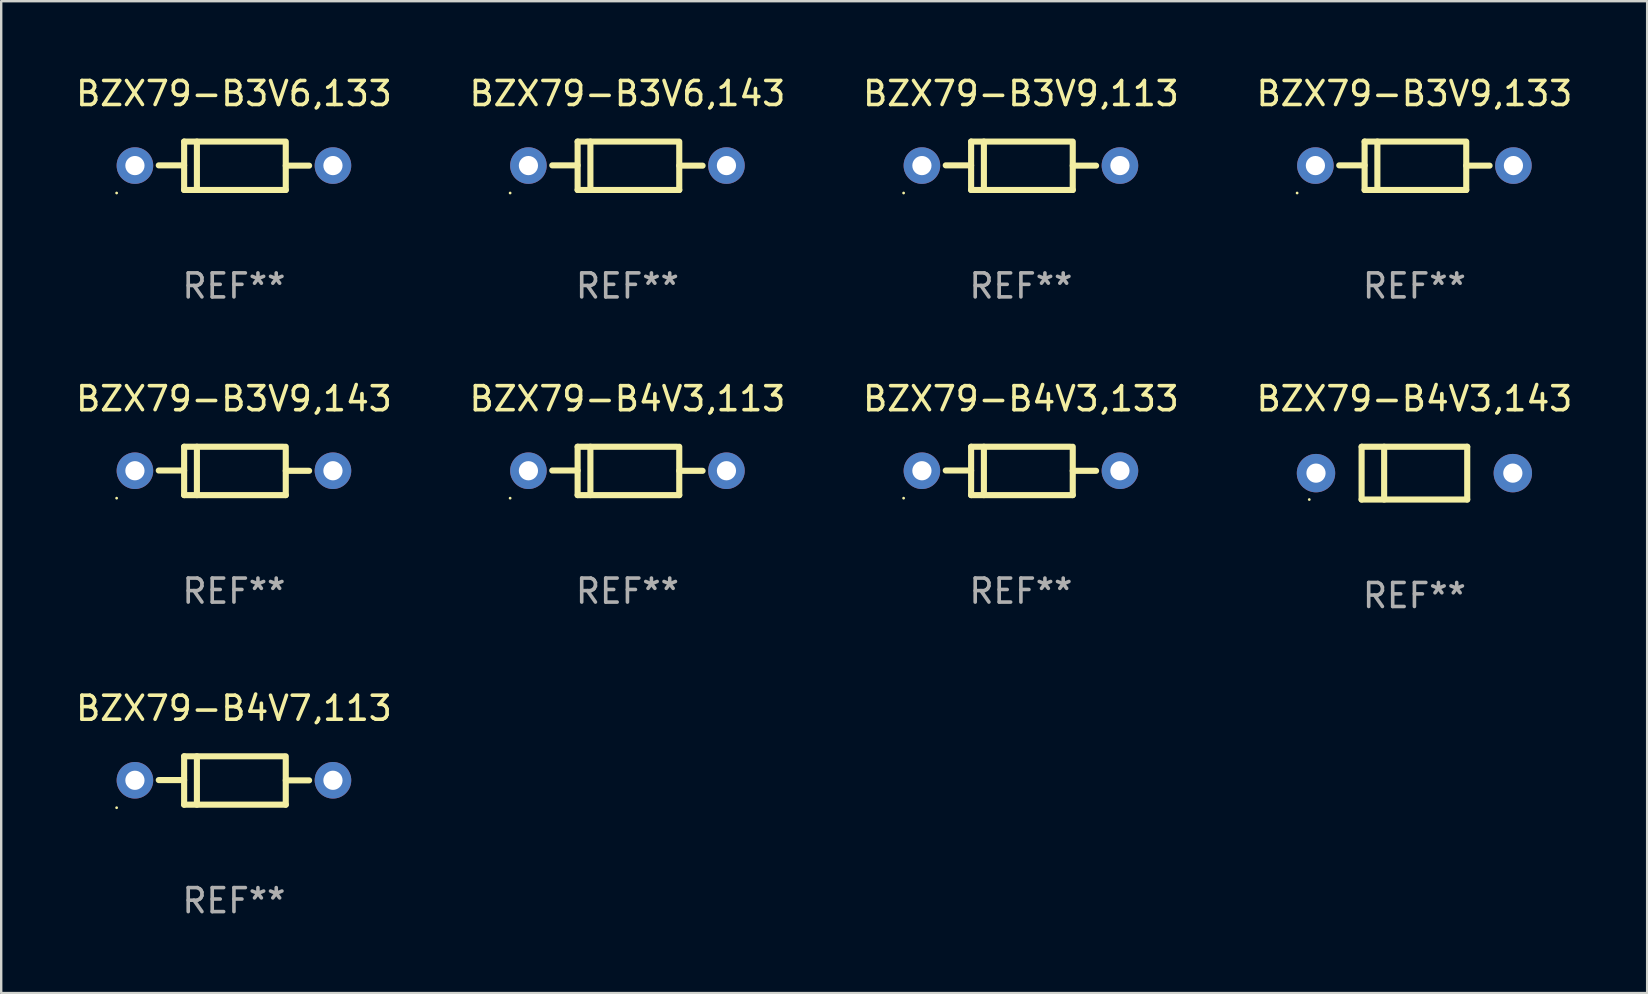
<source format=kicad_pcb>
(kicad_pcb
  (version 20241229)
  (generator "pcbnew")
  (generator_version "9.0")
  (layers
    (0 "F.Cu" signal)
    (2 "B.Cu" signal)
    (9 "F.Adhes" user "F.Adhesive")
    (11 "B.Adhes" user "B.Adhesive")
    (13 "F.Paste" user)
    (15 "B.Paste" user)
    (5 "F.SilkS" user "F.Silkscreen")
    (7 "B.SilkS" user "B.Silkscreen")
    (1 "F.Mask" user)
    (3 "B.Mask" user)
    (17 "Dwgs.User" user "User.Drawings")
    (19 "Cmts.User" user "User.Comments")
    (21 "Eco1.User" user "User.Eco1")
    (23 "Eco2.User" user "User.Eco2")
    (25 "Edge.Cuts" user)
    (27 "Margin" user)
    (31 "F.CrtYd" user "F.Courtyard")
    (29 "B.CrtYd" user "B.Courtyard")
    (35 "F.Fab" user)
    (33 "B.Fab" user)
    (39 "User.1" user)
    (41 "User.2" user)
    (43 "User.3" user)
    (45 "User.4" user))
  (footprint "BZX79-B4V3,143"
    (layer "F.Cu")
    (at 55.875 16.661)
    (property "Reference" "BZX79-B4V3,143" (at 0 -3.1 0) (layer "F.SilkS") (effects (font (size 1 1) (thickness 0.15))))
    (attr through_hole)
    (fp_line (start -2.2 -1.1) (end -2.2 1.1) (stroke (width 0.254) (type solid)) (layer "F.SilkS"))
    (fp_line (start -2.2 -1.1) (end 2.2 -1.1) (stroke (width 0.254) (type solid)) (layer "F.SilkS"))
    (fp_line (start -2.2 1.1) (end 2.2 1.1) (stroke (width 0.254) (type solid)) (layer "F.SilkS"))
    (fp_line (start -1.261 -1.1) (end -1.261 1.1) (stroke (width 0.254) (type solid)) (layer "F.SilkS"))
    (fp_line (start 2.2 -1.1) (end 2.2 1.1) (stroke (width 0.254) (type solid)) (layer "F.SilkS"))
    (fp_circle (center -4.38 1.1) (end -4.35 1.1) (stroke (width 0.06) (type solid)) (fill no) (layer "F.SilkS"))
    (fp_text user "REF**" (at 0 5.1 0) (layer "F.Fab") (effects (font (size 1 1) (thickness 0.15))))
    (pad "1" thru_hole circle (at -4.1 0) (size 1.6 1.6) (drill 0.8) (layers "*.Cu" "*.Mask"))
    (pad "2" thru_hole circle (at 4.1 0) (size 1.6 1.6) (drill 0.8) (layers "*.Cu" "*.Mask")))
  (footprint "BZX79-B3V6,143"
    (layer "F.Cu")
    (at 23.089 3.856)
    (property "Reference" "BZX79-B3V6,143" (at 0 -3.008 0) (layer "F.SilkS") (effects (font (size 1 1) (thickness 0.15))))
    (attr through_hole)
    (fp_line (start -2.075 -1.008) (end -2.075 1.008) (stroke (width 0.254) (type solid)) (layer "F.SilkS"))
    (fp_line (start -2.075 -0.017) (end -3.132 -0.017) (stroke (width 0.254) (type solid)) (layer "F.SilkS"))
    (fp_line (start -2.075 1.008) (end 2.159 1.008) (stroke (width 0.254) (type solid)) (layer "F.SilkS"))
    (fp_line (start -1.543 -1.008) (end -1.543 1.008) (stroke (width 0.254) (type solid)) (layer "F.SilkS"))
    (fp_line (start 2.075 -1.008) (end -2.075 -1.008) (stroke (width 0.254) (type solid)) (layer "F.SilkS"))
    (fp_line (start 2.159 -0.005) (end 3.132 -0.005) (stroke (width 0.254) (type solid)) (layer "F.SilkS"))
    (fp_line (start 2.159 1.008) (end 2.159 -1.008) (stroke (width 0.254) (type solid)) (layer "F.SilkS"))
    (fp_circle (center -4.887 1.135) (end -4.857 1.135) (stroke (width 0.06) (type solid)) (fill no) (layer "F.SilkS"))
    (fp_text user "REF**" (at 0 5.008 0) (layer "F.Fab") (effects (font (size 1 1) (thickness 0.15))))
    (pad "1" thru_hole circle (at -4.125 -0.008) (size 1.524 1.524) (drill 0.8) (layers "*.Cu" "*.Mask"))
    (pad "2" thru_hole circle (at 4.125 -0.008) (size 1.524 1.524) (drill 0.8) (layers "*.Cu" "*.Mask")))
  (footprint "BZX79-B3V6,133"
    (layer "F.Cu")
    (at 6.696 3.856)
    (property "Reference" "BZX79-B3V6,133" (at 0 -3.008 0) (layer "F.SilkS") (effects (font (size 1 1) (thickness 0.15))))
    (attr through_hole)
    (fp_line (start -2.075 -1.008) (end -2.075 1.008) (stroke (width 0.254) (type solid)) (layer "F.SilkS"))
    (fp_line (start -2.075 -0.017) (end -3.132 -0.017) (stroke (width 0.254) (type solid)) (layer "F.SilkS"))
    (fp_line (start -2.075 1.008) (end 2.159 1.008) (stroke (width 0.254) (type solid)) (layer "F.SilkS"))
    (fp_line (start -1.543 -1.008) (end -1.543 1.008) (stroke (width 0.254) (type solid)) (layer "F.SilkS"))
    (fp_line (start 2.075 -1.008) (end -2.075 -1.008) (stroke (width 0.254) (type solid)) (layer "F.SilkS"))
    (fp_line (start 2.159 -0.005) (end 3.132 -0.005) (stroke (width 0.254) (type solid)) (layer "F.SilkS"))
    (fp_line (start 2.159 1.008) (end 2.159 -1.008) (stroke (width 0.254) (type solid)) (layer "F.SilkS"))
    (fp_circle (center -4.887 1.135) (end -4.857 1.135) (stroke (width 0.06) (type solid)) (fill no) (layer "F.SilkS"))
    (fp_text user "REF**" (at 0 5.008 0) (layer "F.Fab") (effects (font (size 1 1) (thickness 0.15))))
    (pad "1" thru_hole circle (at -4.125 -0.008) (size 1.524 1.524) (drill 0.8) (layers "*.Cu" "*.Mask"))
    (pad "2" thru_hole circle (at 4.125 -0.008) (size 1.524 1.524) (drill 0.8) (layers "*.Cu" "*.Mask")))
  (footprint "BZX79-B3V9,133"
    (layer "F.Cu")
    (at 55.875 3.856)
    (property "Reference" "BZX79-B3V9,133" (at 0 -3.008 0) (layer "F.SilkS") (effects (font (size 1 1) (thickness 0.15))))
    (attr through_hole)
    (fp_line (start -2.075 -1.008) (end -2.075 1.008) (stroke (width 0.254) (type solid)) (layer "F.SilkS"))
    (fp_line (start -2.075 -0.017) (end -3.132 -0.017) (stroke (width 0.254) (type solid)) (layer "F.SilkS"))
    (fp_line (start -2.075 1.008) (end 2.159 1.008) (stroke (width 0.254) (type solid)) (layer "F.SilkS"))
    (fp_line (start -1.543 -1.008) (end -1.543 1.008) (stroke (width 0.254) (type solid)) (layer "F.SilkS"))
    (fp_line (start 2.075 -1.008) (end -2.075 -1.008) (stroke (width 0.254) (type solid)) (layer "F.SilkS"))
    (fp_line (start 2.159 -0.005) (end 3.132 -0.005) (stroke (width 0.254) (type solid)) (layer "F.SilkS"))
    (fp_line (start 2.159 1.008) (end 2.159 -1.008) (stroke (width 0.254) (type solid)) (layer "F.SilkS"))
    (fp_circle (center -4.887 1.135) (end -4.857 1.135) (stroke (width 0.06) (type solid)) (fill no) (layer "F.SilkS"))
    (fp_text user "REF**" (at 0 5.008 0) (layer "F.Fab") (effects (font (size 1 1) (thickness 0.15))))
    (pad "1" thru_hole circle (at -4.125 -0.008) (size 1.524 1.524) (drill 0.8) (layers "*.Cu" "*.Mask"))
    (pad "2" thru_hole circle (at 4.125 -0.008) (size 1.524 1.524) (drill 0.8) (layers "*.Cu" "*.Mask")))
  (footprint "BZX79-B3V9,113"
    (layer "F.Cu")
    (at 39.482 3.856)
    (property "Reference" "BZX79-B3V9,113" (at 0 -3.008 0) (layer "F.SilkS") (effects (font (size 1 1) (thickness 0.15))))
    (attr through_hole)
    (fp_line (start -2.075 -1.008) (end -2.075 1.008) (stroke (width 0.254) (type solid)) (layer "F.SilkS"))
    (fp_line (start -2.075 -0.017) (end -3.132 -0.017) (stroke (width 0.254) (type solid)) (layer "F.SilkS"))
    (fp_line (start -2.075 1.008) (end 2.159 1.008) (stroke (width 0.254) (type solid)) (layer "F.SilkS"))
    (fp_line (start -1.543 -1.008) (end -1.543 1.008) (stroke (width 0.254) (type solid)) (layer "F.SilkS"))
    (fp_line (start 2.075 -1.008) (end -2.075 -1.008) (stroke (width 0.254) (type solid)) (layer "F.SilkS"))
    (fp_line (start 2.159 -0.005) (end 3.132 -0.005) (stroke (width 0.254) (type solid)) (layer "F.SilkS"))
    (fp_line (start 2.159 1.008) (end 2.159 -1.008) (stroke (width 0.254) (type solid)) (layer "F.SilkS"))
    (fp_circle (center -4.887 1.135) (end -4.857 1.135) (stroke (width 0.06) (type solid)) (fill no) (layer "F.SilkS"))
    (fp_text user "REF**" (at 0 5.008 0) (layer "F.Fab") (effects (font (size 1 1) (thickness 0.15))))
    (pad "1" thru_hole circle (at -4.125 -0.008) (size 1.524 1.524) (drill 0.8) (layers "*.Cu" "*.Mask"))
    (pad "2" thru_hole circle (at 4.125 -0.008) (size 1.524 1.524) (drill 0.8) (layers "*.Cu" "*.Mask")))
  (footprint "BZX79-B4V3,133"
    (layer "F.Cu")
    (at 39.482 16.569)
    (property "Reference" "BZX79-B4V3,133" (at 0 -3.008 0) (layer "F.SilkS") (effects (font (size 1 1) (thickness 0.15))))
    (attr through_hole)
    (fp_line (start -2.075 -1.008) (end -2.075 1.008) (stroke (width 0.254) (type solid)) (layer "F.SilkS"))
    (fp_line (start -2.075 -0.017) (end -3.132 -0.017) (stroke (width 0.254) (type solid)) (layer "F.SilkS"))
    (fp_line (start -2.075 1.008) (end 2.159 1.008) (stroke (width 0.254) (type solid)) (layer "F.SilkS"))
    (fp_line (start -1.543 -1.008) (end -1.543 1.008) (stroke (width 0.254) (type solid)) (layer "F.SilkS"))
    (fp_line (start 2.075 -1.008) (end -2.075 -1.008) (stroke (width 0.254) (type solid)) (layer "F.SilkS"))
    (fp_line (start 2.159 -0.005) (end 3.132 -0.005) (stroke (width 0.254) (type solid)) (layer "F.SilkS"))
    (fp_line (start 2.159 1.008) (end 2.159 -1.008) (stroke (width 0.254) (type solid)) (layer "F.SilkS"))
    (fp_circle (center -4.887 1.135) (end -4.857 1.135) (stroke (width 0.06) (type solid)) (fill no) (layer "F.SilkS"))
    (fp_text user "REF**" (at 0 5.008 0) (layer "F.Fab") (effects (font (size 1 1) (thickness 0.15))))
    (pad "1" thru_hole circle (at -4.125 -0.008) (size 1.524 1.524) (drill 0.8) (layers "*.Cu" "*.Mask"))
    (pad "2" thru_hole circle (at 4.125 -0.008) (size 1.524 1.524) (drill 0.8) (layers "*.Cu" "*.Mask")))
  (footprint "BZX79-B3V9,143"
    (layer "F.Cu")
    (at 6.696 16.569)
    (property "Reference" "BZX79-B3V9,143" (at 0 -3.008 0) (layer "F.SilkS") (effects (font (size 1 1) (thickness 0.15))))
    (attr through_hole)
    (fp_line (start -2.075 -1.008) (end -2.075 1.008) (stroke (width 0.254) (type solid)) (layer "F.SilkS"))
    (fp_line (start -2.075 -0.017) (end -3.132 -0.017) (stroke (width 0.254) (type solid)) (layer "F.SilkS"))
    (fp_line (start -2.075 1.008) (end 2.159 1.008) (stroke (width 0.254) (type solid)) (layer "F.SilkS"))
    (fp_line (start -1.543 -1.008) (end -1.543 1.008) (stroke (width 0.254) (type solid)) (layer "F.SilkS"))
    (fp_line (start 2.075 -1.008) (end -2.075 -1.008) (stroke (width 0.254) (type solid)) (layer "F.SilkS"))
    (fp_line (start 2.159 -0.005) (end 3.132 -0.005) (stroke (width 0.254) (type solid)) (layer "F.SilkS"))
    (fp_line (start 2.159 1.008) (end 2.159 -1.008) (stroke (width 0.254) (type solid)) (layer "F.SilkS"))
    (fp_circle (center -4.887 1.135) (end -4.857 1.135) (stroke (width 0.06) (type solid)) (fill no) (layer "F.SilkS"))
    (fp_text user "REF**" (at 0 5.008 0) (layer "F.Fab") (effects (font (size 1 1) (thickness 0.15))))
    (pad "1" thru_hole circle (at -4.125 -0.008) (size 1.524 1.524) (drill 0.8) (layers "*.Cu" "*.Mask"))
    (pad "2" thru_hole circle (at 4.125 -0.008) (size 1.524 1.524) (drill 0.8) (layers "*.Cu" "*.Mask")))
  (footprint "BZX79-B4V7,113"
    (layer "F.Cu")
    (at 6.696 29.465)
    (property "Reference" "BZX79-B4V7,113" (at 0 -3.008 0) (layer "F.SilkS") (effects (font (size 1 1) (thickness 0.15))))
    (attr through_hole)
    (fp_line (start -2.075 -1.008) (end -2.075 1.008) (stroke (width 0.254) (type solid)) (layer "F.SilkS"))
    (fp_line (start -2.075 -0.017) (end -3.132 -0.017) (stroke (width 0.254) (type solid)) (layer "F.SilkS"))
    (fp_line (start -2.075 1.008) (end 2.159 1.008) (stroke (width 0.254) (type solid)) (layer "F.SilkS"))
    (fp_line (start -1.543 -1.008) (end -1.543 1.008) (stroke (width 0.254) (type solid)) (layer "F.SilkS"))
    (fp_line (start 2.075 -1.008) (end -2.075 -1.008) (stroke (width 0.254) (type solid)) (layer "F.SilkS"))
    (fp_line (start 2.159 -0.005) (end 3.132 -0.005) (stroke (width 0.254) (type solid)) (layer "F.SilkS"))
    (fp_line (start 2.159 1.008) (end 2.159 -1.008) (stroke (width 0.254) (type solid)) (layer "F.SilkS"))
    (fp_circle (center -4.887 1.135) (end -4.857 1.135) (stroke (width 0.06) (type solid)) (fill no) (layer "F.SilkS"))
    (fp_text user "REF**" (at 0 5.008 0) (layer "F.Fab") (effects (font (size 1 1) (thickness 0.15))))
    (pad "1" thru_hole circle (at -4.125 -0.008) (size 1.524 1.524) (drill 0.8) (layers "*.Cu" "*.Mask"))
    (pad "2" thru_hole circle (at 4.125 -0.008) (size 1.524 1.524) (drill 0.8) (layers "*.Cu" "*.Mask")))
  (footprint "BZX79-B4V3,113"
    (layer "F.Cu")
    (at 23.089 16.569)
    (property "Reference" "BZX79-B4V3,113" (at 0 -3.008 0) (layer "F.SilkS") (effects (font (size 1 1) (thickness 0.15))))
    (attr through_hole)
    (fp_line (start -2.075 -1.008) (end -2.075 1.008) (stroke (width 0.254) (type solid)) (layer "F.SilkS"))
    (fp_line (start -2.075 -0.017) (end -3.132 -0.017) (stroke (width 0.254) (type solid)) (layer "F.SilkS"))
    (fp_line (start -2.075 1.008) (end 2.159 1.008) (stroke (width 0.254) (type solid)) (layer "F.SilkS"))
    (fp_line (start -1.543 -1.008) (end -1.543 1.008) (stroke (width 0.254) (type solid)) (layer "F.SilkS"))
    (fp_line (start 2.075 -1.008) (end -2.075 -1.008) (stroke (width 0.254) (type solid)) (layer "F.SilkS"))
    (fp_line (start 2.159 -0.005) (end 3.132 -0.005) (stroke (width 0.254) (type solid)) (layer "F.SilkS"))
    (fp_line (start 2.159 1.008) (end 2.159 -1.008) (stroke (width 0.254) (type solid)) (layer "F.SilkS"))
    (fp_circle (center -4.887 1.135) (end -4.857 1.135) (stroke (width 0.06) (type solid)) (fill no) (layer "F.SilkS"))
    (fp_text user "REF**" (at 0 5.008 0) (layer "F.Fab") (effects (font (size 1 1) (thickness 0.15))))
    (pad "1" thru_hole circle (at -4.125 -0.008) (size 1.524 1.524) (drill 0.8) (layers "*.Cu" "*.Mask"))
    (pad "2" thru_hole circle (at 4.125 -0.008) (size 1.524 1.524) (drill 0.8) (layers "*.Cu" "*.Mask")))
  (gr_rect
    (start -3 -3)
    (end 65.571 38.322)
    (stroke (width 0.1) (type default))
    (fill no)
    (layer "Edge.Cuts")))
</source>
